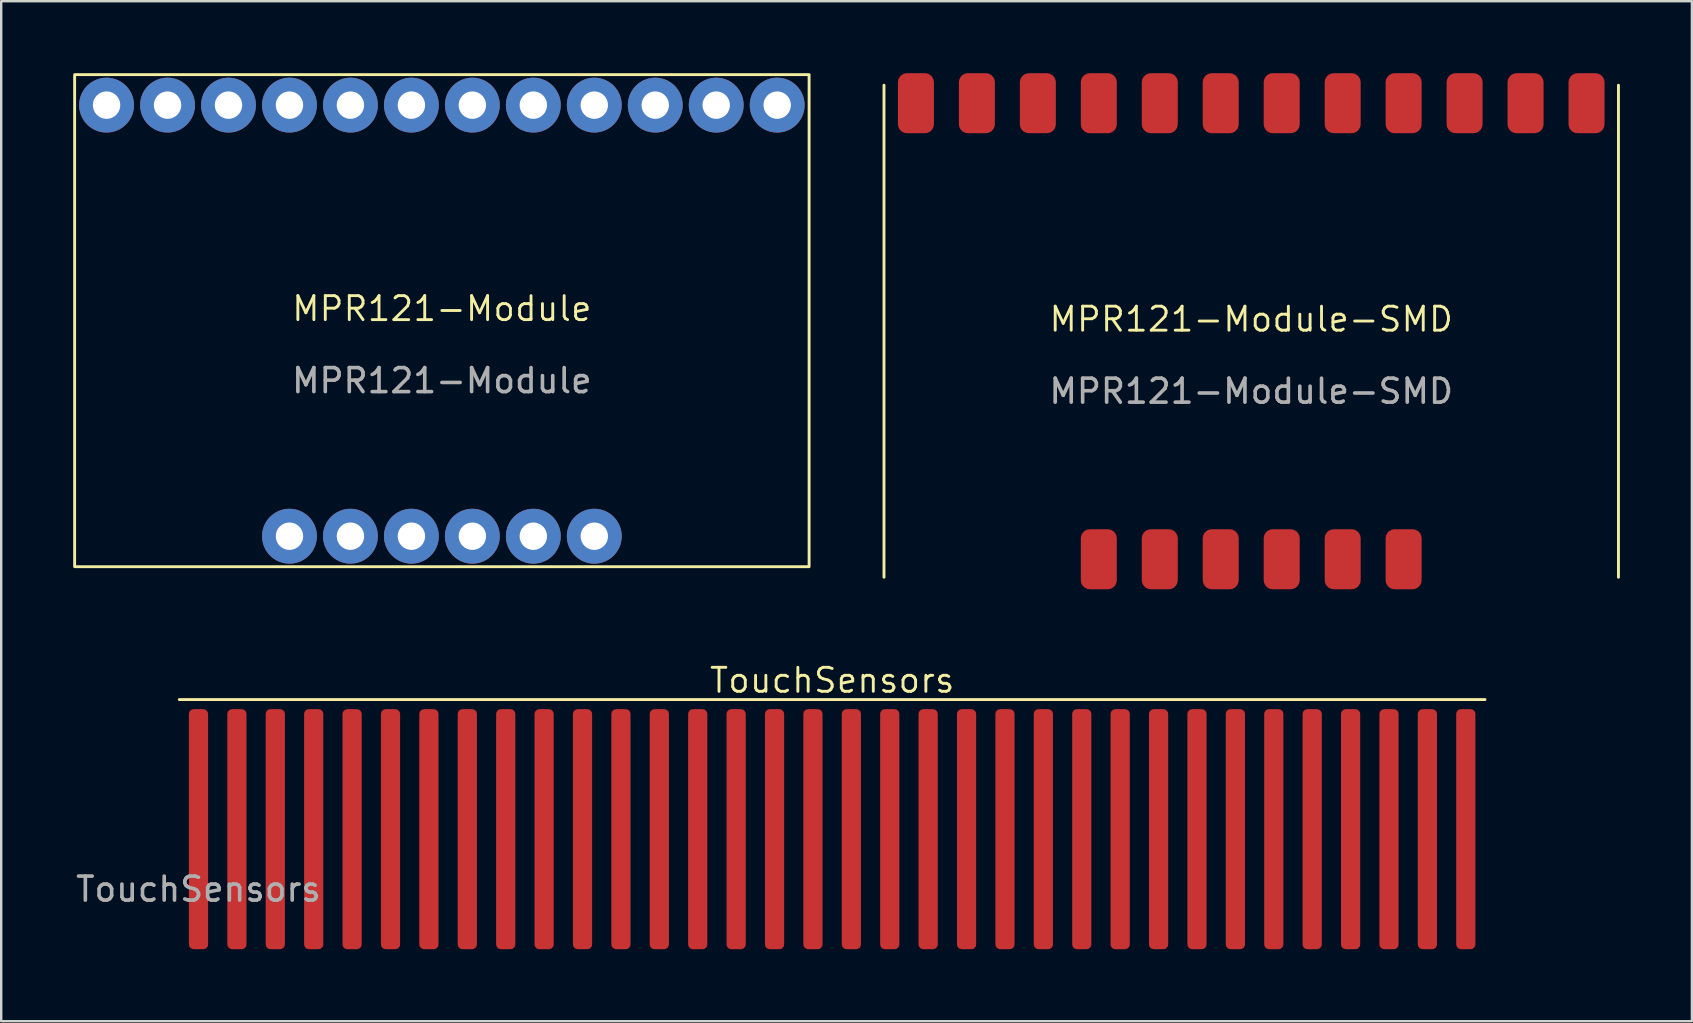
<source format=kicad_pcb>
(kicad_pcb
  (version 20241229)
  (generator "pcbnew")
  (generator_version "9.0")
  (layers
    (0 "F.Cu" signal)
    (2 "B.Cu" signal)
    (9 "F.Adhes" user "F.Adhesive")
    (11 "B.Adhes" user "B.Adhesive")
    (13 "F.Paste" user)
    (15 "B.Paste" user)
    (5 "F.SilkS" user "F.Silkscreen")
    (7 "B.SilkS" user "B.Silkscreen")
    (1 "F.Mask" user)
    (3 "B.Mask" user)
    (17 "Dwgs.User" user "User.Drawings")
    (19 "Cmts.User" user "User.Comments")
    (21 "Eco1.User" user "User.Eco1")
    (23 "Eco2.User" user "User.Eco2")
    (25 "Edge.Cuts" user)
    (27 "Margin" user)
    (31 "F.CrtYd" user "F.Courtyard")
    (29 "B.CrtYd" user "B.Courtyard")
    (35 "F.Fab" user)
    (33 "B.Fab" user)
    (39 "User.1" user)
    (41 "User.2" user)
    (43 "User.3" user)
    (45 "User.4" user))
  (footprint "MPR121-Module-SMD"
    (layer "F.Cu")
    (at 49.08 10.75)
    (property "Reference" "MPR121-Module-SMD" (at 0 -0.5 0) (unlocked yes) (layer "F.SilkS") (effects (font (size 1 1) (thickness 0.12))))
    (attr smd)
    (fp_line (start -15.3 10.25) (end -15.3 -10.25) (stroke (width 0.12) (type default)) (layer "F.SilkS"))
    (fp_line (start 15.3 10.25) (end 15.3 -10.25) (stroke (width 0.12) (type default)) (layer "F.SilkS"))
    (fp_text user "${REFERENCE}" (at 0 2.5 0) (unlocked yes) (layer "F.Fab") (effects (font (size 1 1) (thickness 0.15))))
    (pad "1" smd roundrect (at 13.97 -9.5) (size 1.5 2.5) (layers "F.Cu" "F.Mask" "F.Paste") (roundrect_rratio 0.25))
    (pad "2" smd roundrect (at 11.43 -9.5) (size 1.5 2.5) (layers "F.Cu" "F.Mask" "F.Paste") (roundrect_rratio 0.25))
    (pad "3" smd roundrect (at 8.89 -9.5) (size 1.5 2.5) (layers "F.Cu" "F.Mask" "F.Paste") (roundrect_rratio 0.25))
    (pad "4" smd roundrect (at 6.35 -9.5) (size 1.5 2.5) (layers "F.Cu" "F.Mask" "F.Paste") (roundrect_rratio 0.25))
    (pad "5" smd roundrect (at 3.81 -9.5) (size 1.5 2.5) (layers "F.Cu" "F.Mask" "F.Paste") (roundrect_rratio 0.25))
    (pad "6" smd roundrect (at 1.27 -9.5) (size 1.5 2.5) (layers "F.Cu" "F.Mask" "F.Paste") (roundrect_rratio 0.25))
    (pad "7" smd roundrect (at -1.27 -9.5) (size 1.5 2.5) (layers "F.Cu" "F.Mask" "F.Paste") (roundrect_rratio 0.25))
    (pad "8" smd roundrect (at -3.81 -9.5) (size 1.5 2.5) (layers "F.Cu" "F.Mask" "F.Paste") (roundrect_rratio 0.25))
    (pad "9" smd roundrect (at -6.35 -9.5) (size 1.5 2.5) (layers "F.Cu" "F.Mask" "F.Paste") (roundrect_rratio 0.25))
    (pad "10" smd roundrect (at -8.89 -9.5) (size 1.5 2.5) (layers "F.Cu" "F.Mask" "F.Paste") (roundrect_rratio 0.25))
    (pad "11" smd roundrect (at -11.43 -9.5) (size 1.5 2.5) (layers "F.Cu" "F.Mask" "F.Paste") (roundrect_rratio 0.25))
    (pad "12" smd roundrect (at -13.97 -9.5) (size 1.5 2.5) (layers "F.Cu" "F.Mask" "F.Paste") (roundrect_rratio 0.25))
    (pad "13" smd roundrect (at 6.35 9.5) (size 1.5 2.5) (layers "F.Cu" "F.Mask" "F.Paste") (roundrect_rratio 0.25))
    (pad "14" smd roundrect (at 3.81 9.5) (size 1.5 2.5) (layers "F.Cu" "F.Mask" "F.Paste") (roundrect_rratio 0.25))
    (pad "15" smd roundrect (at 1.27 9.5) (size 1.5 2.5) (layers "F.Cu" "F.Mask" "F.Paste") (roundrect_rratio 0.25))
    (pad "16" smd roundrect (at -1.27 9.5) (size 1.5 2.5) (layers "F.Cu" "F.Mask" "F.Paste") (roundrect_rratio 0.25))
    (pad "17" smd roundrect (at -3.81 9.5) (size 1.5 2.5) (layers "F.Cu" "F.Mask" "F.Paste") (roundrect_rratio 0.25))
    (pad "18" smd roundrect (at -6.35 9.5) (size 1.5 2.5) (layers "F.Cu" "F.Mask" "F.Paste") (roundrect_rratio 0.25)))
  (footprint "MPR121-Module"
    (layer "F.Cu")
    (at 15.36 10.31)
    (property "Reference" "MPR121-Module" (at 0 -0.5 0) (unlocked yes) (layer "F.SilkS") (effects (font (size 1 1) (thickness 0.12))))
    (attr through_hole)
    (fp_rect (start -15.3 -10.25) (end 15.3 10.25) (stroke (width 0.12) (type default)) (fill no) (layer "F.SilkS"))
    (fp_text user "${REFERENCE}" (at 0 2.5 0) (unlocked yes) (layer "F.Fab") (effects (font (size 1 1) (thickness 0.15))))
    (pad "1" thru_hole circle (at 13.97 -8.98) (size 2.286 2.286) (drill 1.143) (layers "*.Cu" "*.Mask"))
    (pad "2" thru_hole circle (at 11.43 -8.98) (size 2.286 2.286) (drill 1.143) (layers "*.Cu" "*.Mask"))
    (pad "3" thru_hole circle (at 8.89 -8.98) (size 2.286 2.286) (drill 1.143) (layers "*.Cu" "*.Mask"))
    (pad "4" thru_hole circle (at 6.35 -8.98) (size 2.286 2.286) (drill 1.143) (layers "*.Cu" "*.Mask"))
    (pad "5" thru_hole circle (at 3.81 -8.98) (size 2.286 2.286) (drill 1.143) (layers "*.Cu" "*.Mask"))
    (pad "6" thru_hole circle (at 1.27 -8.98) (size 2.286 2.286) (drill 1.143) (layers "*.Cu" "*.Mask"))
    (pad "7" thru_hole circle (at -1.27 -8.98) (size 2.286 2.286) (drill 1.143) (layers "*.Cu" "*.Mask"))
    (pad "8" thru_hole circle (at -3.81 -8.98) (size 2.286 2.286) (drill 1.143) (layers "*.Cu" "*.Mask"))
    (pad "9" thru_hole circle (at -6.35 -8.98) (size 2.286 2.286) (drill 1.143) (layers "*.Cu" "*.Mask"))
    (pad "10" thru_hole circle (at -8.89 -8.98) (size 2.286 2.286) (drill 1.143) (layers "*.Cu" "*.Mask"))
    (pad "11" thru_hole circle (at -11.43 -8.98) (size 2.286 2.286) (drill 1.143) (layers "*.Cu" "*.Mask"))
    (pad "12" thru_hole circle (at -13.97 -8.98) (size 2.286 2.286) (drill 1.143) (layers "*.Cu" "*.Mask"))
    (pad "13" thru_hole circle (at 6.35 8.98) (size 2.286 2.286) (drill 1.143) (layers "*.Cu" "*.Mask"))
    (pad "14" thru_hole circle (at 3.81 8.98) (size 2.286 2.286) (drill 1.143) (layers "*.Cu" "*.Mask"))
    (pad "15" thru_hole circle (at 1.27 8.98) (size 2.286 2.286) (drill 1.143) (layers "*.Cu" "*.Mask"))
    (pad "16" thru_hole circle (at -1.27 8.98) (size 2.286 2.286) (drill 1.143) (layers "*.Cu" "*.Mask"))
    (pad "17" thru_hole circle (at -3.81 8.98) (size 2.286 2.286) (drill 1.143) (layers "*.Cu" "*.Mask"))
    (pad "18" thru_hole circle (at -6.35 8.98) (size 2.286 2.286) (drill 1.143) (layers "*.Cu" "*.Mask")))
  (footprint "TouchSensors"
    (layer "F.Cu")
    (at 31.62 31.496)
    (property "Reference" "TouchSensors" (at 0 -6.2 0) (unlocked yes) (layer "F.SilkS") (effects (font (size 1 1) (thickness 0.12))))
    (attr smd)
    (fp_line (start -27.2 -5.4) (end 27.2 -5.4) (stroke (width 0.12) (type default)) (layer "F.SilkS"))
    (fp_text user "${REFERENCE}" (at -26.4 2.5 0) (unlocked yes) (layer "F.Fab") (effects (font (size 1 1) (thickness 0.15))))
    (pad "1" smd roundrect (at -26.4 0) (size 0.8 10) (layers "F.Cu" "F.Mask" "F.Paste") (roundrect_rratio 0.25))
    (pad "2" smd roundrect (at -24.8 0) (size 0.8 10) (layers "F.Cu" "F.Mask" "F.Paste") (roundrect_rratio 0.25))
    (pad "3" smd roundrect (at -23.2 0) (size 0.8 10) (layers "F.Cu" "F.Mask" "F.Paste") (roundrect_rratio 0.25))
    (pad "4" smd roundrect (at -21.6 0) (size 0.8 10) (layers "F.Cu" "F.Mask" "F.Paste") (roundrect_rratio 0.25))
    (pad "5" smd roundrect (at -20 0) (size 0.8 10) (layers "F.Cu" "F.Mask" "F.Paste") (roundrect_rratio 0.25))
    (pad "6" smd roundrect (at -18.4 0) (size 0.8 10) (layers "F.Cu" "F.Mask" "F.Paste") (roundrect_rratio 0.25))
    (pad "7" smd roundrect (at -16.8 0) (size 0.8 10) (layers "F.Cu" "F.Mask" "F.Paste") (roundrect_rratio 0.25))
    (pad "8" smd roundrect (at -15.2 0) (size 0.8 10) (layers "F.Cu" "F.Mask" "F.Paste") (roundrect_rratio 0.25))
    (pad "9" smd roundrect (at -13.6 0) (size 0.8 10) (layers "F.Cu" "F.Mask" "F.Paste") (roundrect_rratio 0.25))
    (pad "10" smd roundrect (at -12 0) (size 0.8 10) (layers "F.Cu" "F.Mask" "F.Paste") (roundrect_rratio 0.25))
    (pad "11" smd roundrect (at -10.4 0) (size 0.8 10) (layers "F.Cu" "F.Mask" "F.Paste") (roundrect_rratio 0.25))
    (pad "12" smd roundrect (at -8.8 0) (size 0.8 10) (layers "F.Cu" "F.Mask" "F.Paste") (roundrect_rratio 0.25))
    (pad "13" smd roundrect (at -7.2 0) (size 0.8 10) (layers "F.Cu" "F.Mask" "F.Paste") (roundrect_rratio 0.25))
    (pad "14" smd roundrect (at -5.6 0) (size 0.8 10) (layers "F.Cu" "F.Mask" "F.Paste") (roundrect_rratio 0.25))
    (pad "15" smd roundrect (at -4 0) (size 0.8 10) (layers "F.Cu" "F.Mask" "F.Paste") (roundrect_rratio 0.25))
    (pad "16" smd roundrect (at -2.4 0) (size 0.8 10) (layers "F.Cu" "F.Mask" "F.Paste") (roundrect_rratio 0.25))
    (pad "17" smd roundrect (at -0.8 0) (size 0.8 10) (layers "F.Cu" "F.Mask" "F.Paste") (roundrect_rratio 0.25))
    (pad "18" smd roundrect (at 0.8 0) (size 0.8 10) (layers "F.Cu" "F.Mask" "F.Paste") (roundrect_rratio 0.25))
    (pad "19" smd roundrect (at 2.4 0) (size 0.8 10) (layers "F.Cu" "F.Mask" "F.Paste") (roundrect_rratio 0.25))
    (pad "20" smd roundrect (at 4 0) (size 0.8 10) (layers "F.Cu" "F.Mask" "F.Paste") (roundrect_rratio 0.25))
    (pad "21" smd roundrect (at 5.6 0) (size 0.8 10) (layers "F.Cu" "F.Mask" "F.Paste") (roundrect_rratio 0.25))
    (pad "22" smd roundrect (at 7.2 0) (size 0.8 10) (layers "F.Cu" "F.Mask" "F.Paste") (roundrect_rratio 0.25))
    (pad "23" smd roundrect (at 8.8 0) (size 0.8 10) (layers "F.Cu" "F.Mask" "F.Paste") (roundrect_rratio 0.25))
    (pad "24" smd roundrect (at 10.4 0) (size 0.8 10) (layers "F.Cu" "F.Mask" "F.Paste") (roundrect_rratio 0.25))
    (pad "25" smd roundrect (at 12 0) (size 0.8 10) (layers "F.Cu" "F.Mask" "F.Paste") (roundrect_rratio 0.25))
    (pad "26" smd roundrect (at 13.6 0) (size 0.8 10) (layers "F.Cu" "F.Mask" "F.Paste") (roundrect_rratio 0.25))
    (pad "27" smd roundrect (at 15.2 0) (size 0.8 10) (layers "F.Cu" "F.Mask" "F.Paste") (roundrect_rratio 0.25))
    (pad "28" smd roundrect (at 16.8 0) (size 0.8 10) (layers "F.Cu" "F.Mask" "F.Paste") (roundrect_rratio 0.25))
    (pad "29" smd roundrect (at 18.4 0) (size 0.8 10) (layers "F.Cu" "F.Mask" "F.Paste") (roundrect_rratio 0.25))
    (pad "30" smd roundrect (at 20 0) (size 0.8 10) (layers "F.Cu" "F.Mask" "F.Paste") (roundrect_rratio 0.25))
    (pad "31" smd roundrect (at 21.6 0) (size 0.8 10) (layers "F.Cu" "F.Mask" "F.Paste") (roundrect_rratio 0.25))
    (pad "32" smd roundrect (at 23.2 0) (size 0.8 10) (layers "F.Cu" "F.Mask" "F.Paste") (roundrect_rratio 0.25))
    (pad "33" smd roundrect (at 24.8 0) (size 0.8 10) (layers "F.Cu" "F.Mask" "F.Paste") (roundrect_rratio 0.25))
    (pad "34" smd roundrect (at 26.4 0) (size 0.8 10) (layers "F.Cu" "F.Mask" "F.Paste") (roundrect_rratio 0.25)))
  (gr_rect
    (start -3 -3)
    (end 67.44 39.496)
    (stroke (width 0.1) (type default))
    (fill no)
    (layer "Edge.Cuts")))
</source>
